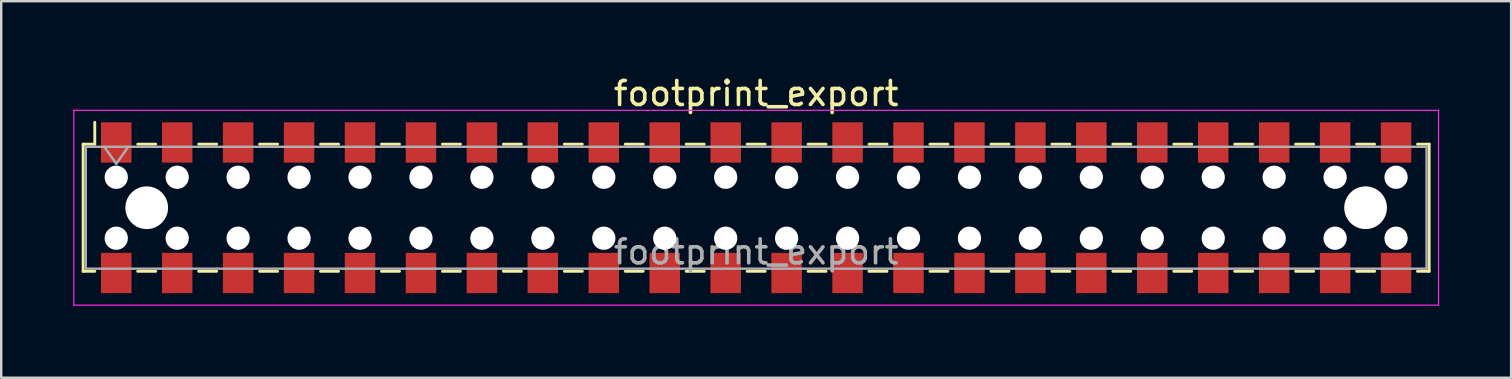
<source format=kicad_pcb>
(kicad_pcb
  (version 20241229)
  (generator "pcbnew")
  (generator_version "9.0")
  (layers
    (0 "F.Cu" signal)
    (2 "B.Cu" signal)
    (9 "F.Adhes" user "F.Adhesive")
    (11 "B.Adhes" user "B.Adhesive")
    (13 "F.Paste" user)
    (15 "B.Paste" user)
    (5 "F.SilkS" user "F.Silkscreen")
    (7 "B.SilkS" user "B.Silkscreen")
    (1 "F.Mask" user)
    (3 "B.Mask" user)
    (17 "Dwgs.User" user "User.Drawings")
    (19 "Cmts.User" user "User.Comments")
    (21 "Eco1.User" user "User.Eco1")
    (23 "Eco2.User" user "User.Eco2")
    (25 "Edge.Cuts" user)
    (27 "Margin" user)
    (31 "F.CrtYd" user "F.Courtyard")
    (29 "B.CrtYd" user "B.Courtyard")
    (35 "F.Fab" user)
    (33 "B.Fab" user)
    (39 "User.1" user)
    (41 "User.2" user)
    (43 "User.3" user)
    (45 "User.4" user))
  (footprint "footprint_export"
    (layer "F.Cu")
    (at 28.465 5.608)
    (property "Reference" "footprint_export" (at 0 -4.76 0) (layer "F.SilkS") (effects (font (size 1 1) (thickness 0.15))))
    (attr smd)
    (fp_line (start -28.05 -2.65) (end -28.05 2.65) (stroke (width 0.12) (type solid)) (layer "F.SilkS"))
    (fp_line (start -28.05 2.65) (end -27.565 2.65) (stroke (width 0.12) (type solid)) (layer "F.SilkS"))
    (fp_line (start -27.565 -3.56) (end -27.565 -2.65) (stroke (width 0.12) (type solid)) (layer "F.SilkS"))
    (fp_line (start -27.565 -2.65) (end -28.05 -2.65) (stroke (width 0.12) (type solid)) (layer "F.SilkS"))
    (fp_line (start -25.775 -2.65) (end -25.025 -2.65) (stroke (width 0.12) (type solid)) (layer "F.SilkS"))
    (fp_line (start -25.775 2.65) (end -25.025 2.65) (stroke (width 0.12) (type solid)) (layer "F.SilkS"))
    (fp_line (start -23.235 -2.65) (end -22.485 -2.65) (stroke (width 0.12) (type solid)) (layer "F.SilkS"))
    (fp_line (start -23.235 2.65) (end -22.485 2.65) (stroke (width 0.12) (type solid)) (layer "F.SilkS"))
    (fp_line (start -20.695 -2.65) (end -19.945 -2.65) (stroke (width 0.12) (type solid)) (layer "F.SilkS"))
    (fp_line (start -20.695 2.65) (end -19.945 2.65) (stroke (width 0.12) (type solid)) (layer "F.SilkS"))
    (fp_line (start -18.155 -2.65) (end -17.405 -2.65) (stroke (width 0.12) (type solid)) (layer "F.SilkS"))
    (fp_line (start -18.155 2.65) (end -17.405 2.65) (stroke (width 0.12) (type solid)) (layer "F.SilkS"))
    (fp_line (start -15.615 -2.65) (end -14.865 -2.65) (stroke (width 0.12) (type solid)) (layer "F.SilkS"))
    (fp_line (start -15.615 2.65) (end -14.865 2.65) (stroke (width 0.12) (type solid)) (layer "F.SilkS"))
    (fp_line (start -13.075 -2.65) (end -12.325 -2.65) (stroke (width 0.12) (type solid)) (layer "F.SilkS"))
    (fp_line (start -13.075 2.65) (end -12.325 2.65) (stroke (width 0.12) (type solid)) (layer "F.SilkS"))
    (fp_line (start -10.535 -2.65) (end -9.785 -2.65) (stroke (width 0.12) (type solid)) (layer "F.SilkS"))
    (fp_line (start -10.535 2.65) (end -9.785 2.65) (stroke (width 0.12) (type solid)) (layer "F.SilkS"))
    (fp_line (start -7.995 -2.65) (end -7.245 -2.65) (stroke (width 0.12) (type solid)) (layer "F.SilkS"))
    (fp_line (start -7.995 2.65) (end -7.245 2.65) (stroke (width 0.12) (type solid)) (layer "F.SilkS"))
    (fp_line (start -5.455 -2.65) (end -4.705 -2.65) (stroke (width 0.12) (type solid)) (layer "F.SilkS"))
    (fp_line (start -5.455 2.65) (end -4.705 2.65) (stroke (width 0.12) (type solid)) (layer "F.SilkS"))
    (fp_line (start -2.915 -2.65) (end -2.165 -2.65) (stroke (width 0.12) (type solid)) (layer "F.SilkS"))
    (fp_line (start -2.915 2.65) (end -2.165 2.65) (stroke (width 0.12) (type solid)) (layer "F.SilkS"))
    (fp_line (start -0.375 -2.65) (end 0.375 -2.65) (stroke (width 0.12) (type solid)) (layer "F.SilkS"))
    (fp_line (start -0.375 2.65) (end 0.375 2.65) (stroke (width 0.12) (type solid)) (layer "F.SilkS"))
    (fp_line (start 2.165 -2.65) (end 2.915 -2.65) (stroke (width 0.12) (type solid)) (layer "F.SilkS"))
    (fp_line (start 2.165 2.65) (end 2.915 2.65) (stroke (width 0.12) (type solid)) (layer "F.SilkS"))
    (fp_line (start 4.705 -2.65) (end 5.455 -2.65) (stroke (width 0.12) (type solid)) (layer "F.SilkS"))
    (fp_line (start 4.705 2.65) (end 5.455 2.65) (stroke (width 0.12) (type solid)) (layer "F.SilkS"))
    (fp_line (start 7.245 -2.65) (end 7.995 -2.65) (stroke (width 0.12) (type solid)) (layer "F.SilkS"))
    (fp_line (start 7.245 2.65) (end 7.995 2.65) (stroke (width 0.12) (type solid)) (layer "F.SilkS"))
    (fp_line (start 9.785 -2.65) (end 10.535 -2.65) (stroke (width 0.12) (type solid)) (layer "F.SilkS"))
    (fp_line (start 9.785 2.65) (end 10.535 2.65) (stroke (width 0.12) (type solid)) (layer "F.SilkS"))
    (fp_line (start 12.325 -2.65) (end 13.075 -2.65) (stroke (width 0.12) (type solid)) (layer "F.SilkS"))
    (fp_line (start 12.325 2.65) (end 13.075 2.65) (stroke (width 0.12) (type solid)) (layer "F.SilkS"))
    (fp_line (start 14.865 -2.65) (end 15.615 -2.65) (stroke (width 0.12) (type solid)) (layer "F.SilkS"))
    (fp_line (start 14.865 2.65) (end 15.615 2.65) (stroke (width 0.12) (type solid)) (layer "F.SilkS"))
    (fp_line (start 17.405 -2.65) (end 18.155 -2.65) (stroke (width 0.12) (type solid)) (layer "F.SilkS"))
    (fp_line (start 17.405 2.65) (end 18.155 2.65) (stroke (width 0.12) (type solid)) (layer "F.SilkS"))
    (fp_line (start 19.945 -2.65) (end 20.695 -2.65) (stroke (width 0.12) (type solid)) (layer "F.SilkS"))
    (fp_line (start 19.945 2.65) (end 20.695 2.65) (stroke (width 0.12) (type solid)) (layer "F.SilkS"))
    (fp_line (start 22.485 -2.65) (end 23.235 -2.65) (stroke (width 0.12) (type solid)) (layer "F.SilkS"))
    (fp_line (start 22.485 2.65) (end 23.235 2.65) (stroke (width 0.12) (type solid)) (layer "F.SilkS"))
    (fp_line (start 25.025 -2.65) (end 25.775 -2.65) (stroke (width 0.12) (type solid)) (layer "F.SilkS"))
    (fp_line (start 25.025 2.65) (end 25.775 2.65) (stroke (width 0.12) (type solid)) (layer "F.SilkS"))
    (fp_line (start 27.565 -2.65) (end 28.05 -2.65) (stroke (width 0.12) (type solid)) (layer "F.SilkS"))
    (fp_line (start 28.05 -2.65) (end 28.05 2.65) (stroke (width 0.12) (type solid)) (layer "F.SilkS"))
    (fp_line (start 28.05 2.65) (end 27.565 2.65) (stroke (width 0.12) (type solid)) (layer "F.SilkS"))
    (fp_line (start -28.44 -4.06) (end 28.44 -4.06) (stroke (width 0.05) (type solid)) (layer "F.CrtYd"))
    (fp_line (start -28.44 4.06) (end -28.44 -4.06) (stroke (width 0.05) (type solid)) (layer "F.CrtYd"))
    (fp_line (start 28.44 -4.06) (end 28.44 4.06) (stroke (width 0.05) (type solid)) (layer "F.CrtYd"))
    (fp_line (start 28.44 4.06) (end -28.44 4.06) (stroke (width 0.05) (type solid)) (layer "F.CrtYd"))
    (fp_line (start -27.94 -2.54) (end 27.94 -2.54) (stroke (width 0.1) (type solid)) (layer "F.Fab"))
    (fp_line (start -27.94 2.54) (end -27.94 -2.54) (stroke (width 0.1) (type solid)) (layer "F.Fab"))
    (fp_line (start -27.17 -2.54) (end -26.67 -1.833) (stroke (width 0.1) (type solid)) (layer "F.Fab"))
    (fp_line (start -26.67 -1.833) (end -26.17 -2.54) (stroke (width 0.1) (type solid)) (layer "F.Fab"))
    (fp_line (start 27.94 -2.54) (end 27.94 2.54) (stroke (width 0.1) (type solid)) (layer "F.Fab"))
    (fp_line (start 27.94 2.54) (end -27.94 2.54) (stroke (width 0.1) (type solid)) (layer "F.Fab"))
    (fp_text user "${REFERENCE}" (at 0 1.84 0) (layer "F.Fab") (effects (font (size 1 1) (thickness 0.15))))
    (pad "" np_thru_hole circle (at -26.67 -1.27) (size 0.97 0.97) (drill 0.97) (layers "*.Cu" "*.Mask"))
    (pad "" np_thru_hole circle (at -26.67 1.27) (size 0.97 0.97) (drill 0.97) (layers "*.Cu" "*.Mask"))
    (pad "" np_thru_hole circle (at -25.4 0) (size 1.78 1.78) (drill 1.78) (layers "*.Cu" "*.Mask"))
    (pad "" np_thru_hole circle (at -24.13 -1.27) (size 0.97 0.97) (drill 0.97) (layers "*.Cu" "*.Mask"))
    (pad "" np_thru_hole circle (at -24.13 1.27) (size 0.97 0.97) (drill 0.97) (layers "*.Cu" "*.Mask"))
    (pad "" np_thru_hole circle (at -21.59 -1.27) (size 0.97 0.97) (drill 0.97) (layers "*.Cu" "*.Mask"))
    (pad "" np_thru_hole circle (at -21.59 1.27) (size 0.97 0.97) (drill 0.97) (layers "*.Cu" "*.Mask"))
    (pad "" np_thru_hole circle (at -19.05 -1.27) (size 0.97 0.97) (drill 0.97) (layers "*.Cu" "*.Mask"))
    (pad "" np_thru_hole circle (at -19.05 1.27) (size 0.97 0.97) (drill 0.97) (layers "*.Cu" "*.Mask"))
    (pad "" np_thru_hole circle (at -16.51 -1.27) (size 0.97 0.97) (drill 0.97) (layers "*.Cu" "*.Mask"))
    (pad "" np_thru_hole circle (at -16.51 1.27) (size 0.97 0.97) (drill 0.97) (layers "*.Cu" "*.Mask"))
    (pad "" np_thru_hole circle (at -13.97 -1.27) (size 0.97 0.97) (drill 0.97) (layers "*.Cu" "*.Mask"))
    (pad "" np_thru_hole circle (at -13.97 1.27) (size 0.97 0.97) (drill 0.97) (layers "*.Cu" "*.Mask"))
    (pad "" np_thru_hole circle (at -11.43 -1.27) (size 0.97 0.97) (drill 0.97) (layers "*.Cu" "*.Mask"))
    (pad "" np_thru_hole circle (at -11.43 1.27) (size 0.97 0.97) (drill 0.97) (layers "*.Cu" "*.Mask"))
    (pad "" np_thru_hole circle (at -8.89 -1.27) (size 0.97 0.97) (drill 0.97) (layers "*.Cu" "*.Mask"))
    (pad "" np_thru_hole circle (at -8.89 1.27) (size 0.97 0.97) (drill 0.97) (layers "*.Cu" "*.Mask"))
    (pad "" np_thru_hole circle (at -6.35 -1.27) (size 0.97 0.97) (drill 0.97) (layers "*.Cu" "*.Mask"))
    (pad "" np_thru_hole circle (at -6.35 1.27) (size 0.97 0.97) (drill 0.97) (layers "*.Cu" "*.Mask"))
    (pad "" np_thru_hole circle (at -3.81 -1.27) (size 0.97 0.97) (drill 0.97) (layers "*.Cu" "*.Mask"))
    (pad "" np_thru_hole circle (at -3.81 1.27) (size 0.97 0.97) (drill 0.97) (layers "*.Cu" "*.Mask"))
    (pad "" np_thru_hole circle (at -1.27 -1.27) (size 0.97 0.97) (drill 0.97) (layers "*.Cu" "*.Mask"))
    (pad "" np_thru_hole circle (at -1.27 1.27) (size 0.97 0.97) (drill 0.97) (layers "*.Cu" "*.Mask"))
    (pad "" np_thru_hole circle (at 1.27 -1.27) (size 0.97 0.97) (drill 0.97) (layers "*.Cu" "*.Mask"))
    (pad "" np_thru_hole circle (at 1.27 1.27) (size 0.97 0.97) (drill 0.97) (layers "*.Cu" "*.Mask"))
    (pad "" np_thru_hole circle (at 3.81 -1.27) (size 0.97 0.97) (drill 0.97) (layers "*.Cu" "*.Mask"))
    (pad "" np_thru_hole circle (at 3.81 1.27) (size 0.97 0.97) (drill 0.97) (layers "*.Cu" "*.Mask"))
    (pad "" np_thru_hole circle (at 6.35 -1.27) (size 0.97 0.97) (drill 0.97) (layers "*.Cu" "*.Mask"))
    (pad "" np_thru_hole circle (at 6.35 1.27) (size 0.97 0.97) (drill 0.97) (layers "*.Cu" "*.Mask"))
    (pad "" np_thru_hole circle (at 8.89 -1.27) (size 0.97 0.97) (drill 0.97) (layers "*.Cu" "*.Mask"))
    (pad "" np_thru_hole circle (at 8.89 1.27) (size 0.97 0.97) (drill 0.97) (layers "*.Cu" "*.Mask"))
    (pad "" np_thru_hole circle (at 11.43 -1.27) (size 0.97 0.97) (drill 0.97) (layers "*.Cu" "*.Mask"))
    (pad "" np_thru_hole circle (at 11.43 1.27) (size 0.97 0.97) (drill 0.97) (layers "*.Cu" "*.Mask"))
    (pad "" np_thru_hole circle (at 13.97 -1.27) (size 0.97 0.97) (drill 0.97) (layers "*.Cu" "*.Mask"))
    (pad "" np_thru_hole circle (at 13.97 1.27) (size 0.97 0.97) (drill 0.97) (layers "*.Cu" "*.Mask"))
    (pad "" np_thru_hole circle (at 16.51 -1.27) (size 0.97 0.97) (drill 0.97) (layers "*.Cu" "*.Mask"))
    (pad "" np_thru_hole circle (at 16.51 1.27) (size 0.97 0.97) (drill 0.97) (layers "*.Cu" "*.Mask"))
    (pad "" np_thru_hole circle (at 19.05 -1.27) (size 0.97 0.97) (drill 0.97) (layers "*.Cu" "*.Mask"))
    (pad "" np_thru_hole circle (at 19.05 1.27) (size 0.97 0.97) (drill 0.97) (layers "*.Cu" "*.Mask"))
    (pad "" np_thru_hole circle (at 21.59 -1.27) (size 0.97 0.97) (drill 0.97) (layers "*.Cu" "*.Mask"))
    (pad "" np_thru_hole circle (at 21.59 1.27) (size 0.97 0.97) (drill 0.97) (layers "*.Cu" "*.Mask"))
    (pad "" np_thru_hole circle (at 24.13 -1.27) (size 0.97 0.97) (drill 0.97) (layers "*.Cu" "*.Mask"))
    (pad "" np_thru_hole circle (at 24.13 1.27) (size 0.97 0.97) (drill 0.97) (layers "*.Cu" "*.Mask"))
    (pad "" np_thru_hole circle (at 25.4 0) (size 1.78 1.78) (drill 1.78) (layers "*.Cu" "*.Mask"))
    (pad "" np_thru_hole circle (at 26.67 -1.27) (size 0.97 0.97) (drill 0.97) (layers "*.Cu" "*.Mask"))
    (pad "" np_thru_hole circle (at 26.67 1.27) (size 0.97 0.97) (drill 0.97) (layers "*.Cu" "*.Mask"))
    (pad "1" smd rect (at -26.67 -2.72) (size 1.27 1.68) (layers "F.Cu" "F.Mask" "F.Paste"))
    (pad "2" smd rect (at -26.67 2.72) (size 1.27 1.68) (layers "F.Cu" "F.Mask" "F.Paste"))
    (pad "3" smd rect (at -24.13 -2.72) (size 1.27 1.68) (layers "F.Cu" "F.Mask" "F.Paste"))
    (pad "4" smd rect (at -24.13 2.72) (size 1.27 1.68) (layers "F.Cu" "F.Mask" "F.Paste"))
    (pad "5" smd rect (at -21.59 -2.72) (size 1.27 1.68) (layers "F.Cu" "F.Mask" "F.Paste"))
    (pad "6" smd rect (at -21.59 2.72) (size 1.27 1.68) (layers "F.Cu" "F.Mask" "F.Paste"))
    (pad "7" smd rect (at -19.05 -2.72) (size 1.27 1.68) (layers "F.Cu" "F.Mask" "F.Paste"))
    (pad "8" smd rect (at -19.05 2.72) (size 1.27 1.68) (layers "F.Cu" "F.Mask" "F.Paste"))
    (pad "9" smd rect (at -16.51 -2.72) (size 1.27 1.68) (layers "F.Cu" "F.Mask" "F.Paste"))
    (pad "10" smd rect (at -16.51 2.72) (size 1.27 1.68) (layers "F.Cu" "F.Mask" "F.Paste"))
    (pad "11" smd rect (at -13.97 -2.72) (size 1.27 1.68) (layers "F.Cu" "F.Mask" "F.Paste"))
    (pad "12" smd rect (at -13.97 2.72) (size 1.27 1.68) (layers "F.Cu" "F.Mask" "F.Paste"))
    (pad "13" smd rect (at -11.43 -2.72) (size 1.27 1.68) (layers "F.Cu" "F.Mask" "F.Paste"))
    (pad "14" smd rect (at -11.43 2.72) (size 1.27 1.68) (layers "F.Cu" "F.Mask" "F.Paste"))
    (pad "15" smd rect (at -8.89 -2.72) (size 1.27 1.68) (layers "F.Cu" "F.Mask" "F.Paste"))
    (pad "16" smd rect (at -8.89 2.72) (size 1.27 1.68) (layers "F.Cu" "F.Mask" "F.Paste"))
    (pad "17" smd rect (at -6.35 -2.72) (size 1.27 1.68) (layers "F.Cu" "F.Mask" "F.Paste"))
    (pad "18" smd rect (at -6.35 2.72) (size 1.27 1.68) (layers "F.Cu" "F.Mask" "F.Paste"))
    (pad "19" smd rect (at -3.81 -2.72) (size 1.27 1.68) (layers "F.Cu" "F.Mask" "F.Paste"))
    (pad "20" smd rect (at -3.81 2.72) (size 1.27 1.68) (layers "F.Cu" "F.Mask" "F.Paste"))
    (pad "21" smd rect (at -1.27 -2.72) (size 1.27 1.68) (layers "F.Cu" "F.Mask" "F.Paste"))
    (pad "22" smd rect (at -1.27 2.72) (size 1.27 1.68) (layers "F.Cu" "F.Mask" "F.Paste"))
    (pad "23" smd rect (at 1.27 -2.72) (size 1.27 1.68) (layers "F.Cu" "F.Mask" "F.Paste"))
    (pad "24" smd rect (at 1.27 2.72) (size 1.27 1.68) (layers "F.Cu" "F.Mask" "F.Paste"))
    (pad "25" smd rect (at 3.81 -2.72) (size 1.27 1.68) (layers "F.Cu" "F.Mask" "F.Paste"))
    (pad "26" smd rect (at 3.81 2.72) (size 1.27 1.68) (layers "F.Cu" "F.Mask" "F.Paste"))
    (pad "27" smd rect (at 6.35 -2.72) (size 1.27 1.68) (layers "F.Cu" "F.Mask" "F.Paste"))
    (pad "28" smd rect (at 6.35 2.72) (size 1.27 1.68) (layers "F.Cu" "F.Mask" "F.Paste"))
    (pad "29" smd rect (at 8.89 -2.72) (size 1.27 1.68) (layers "F.Cu" "F.Mask" "F.Paste"))
    (pad "30" smd rect (at 8.89 2.72) (size 1.27 1.68) (layers "F.Cu" "F.Mask" "F.Paste"))
    (pad "31" smd rect (at 11.43 -2.72) (size 1.27 1.68) (layers "F.Cu" "F.Mask" "F.Paste"))
    (pad "32" smd rect (at 11.43 2.72) (size 1.27 1.68) (layers "F.Cu" "F.Mask" "F.Paste"))
    (pad "33" smd rect (at 13.97 -2.72) (size 1.27 1.68) (layers "F.Cu" "F.Mask" "F.Paste"))
    (pad "34" smd rect (at 13.97 2.72) (size 1.27 1.68) (layers "F.Cu" "F.Mask" "F.Paste"))
    (pad "35" smd rect (at 16.51 -2.72) (size 1.27 1.68) (layers "F.Cu" "F.Mask" "F.Paste"))
    (pad "36" smd rect (at 16.51 2.72) (size 1.27 1.68) (layers "F.Cu" "F.Mask" "F.Paste"))
    (pad "37" smd rect (at 19.05 -2.72) (size 1.27 1.68) (layers "F.Cu" "F.Mask" "F.Paste"))
    (pad "38" smd rect (at 19.05 2.72) (size 1.27 1.68) (layers "F.Cu" "F.Mask" "F.Paste"))
    (pad "39" smd rect (at 21.59 -2.72) (size 1.27 1.68) (layers "F.Cu" "F.Mask" "F.Paste"))
    (pad "40" smd rect (at 21.59 2.72) (size 1.27 1.68) (layers "F.Cu" "F.Mask" "F.Paste"))
    (pad "41" smd rect (at 24.13 -2.72) (size 1.27 1.68) (layers "F.Cu" "F.Mask" "F.Paste"))
    (pad "42" smd rect (at 24.13 2.72) (size 1.27 1.68) (layers "F.Cu" "F.Mask" "F.Paste"))
    (pad "43" smd rect (at 26.67 -2.72) (size 1.27 1.68) (layers "F.Cu" "F.Mask" "F.Paste"))
    (pad "44" smd rect (at 26.67 2.72) (size 1.27 1.68) (layers "F.Cu" "F.Mask" "F.Paste")))
  (gr_rect
    (start -3 -3)
    (end 59.93 12.693)
    (stroke (width 0.1) (type default))
    (fill no)
    (layer "Edge.Cuts")))
</source>
